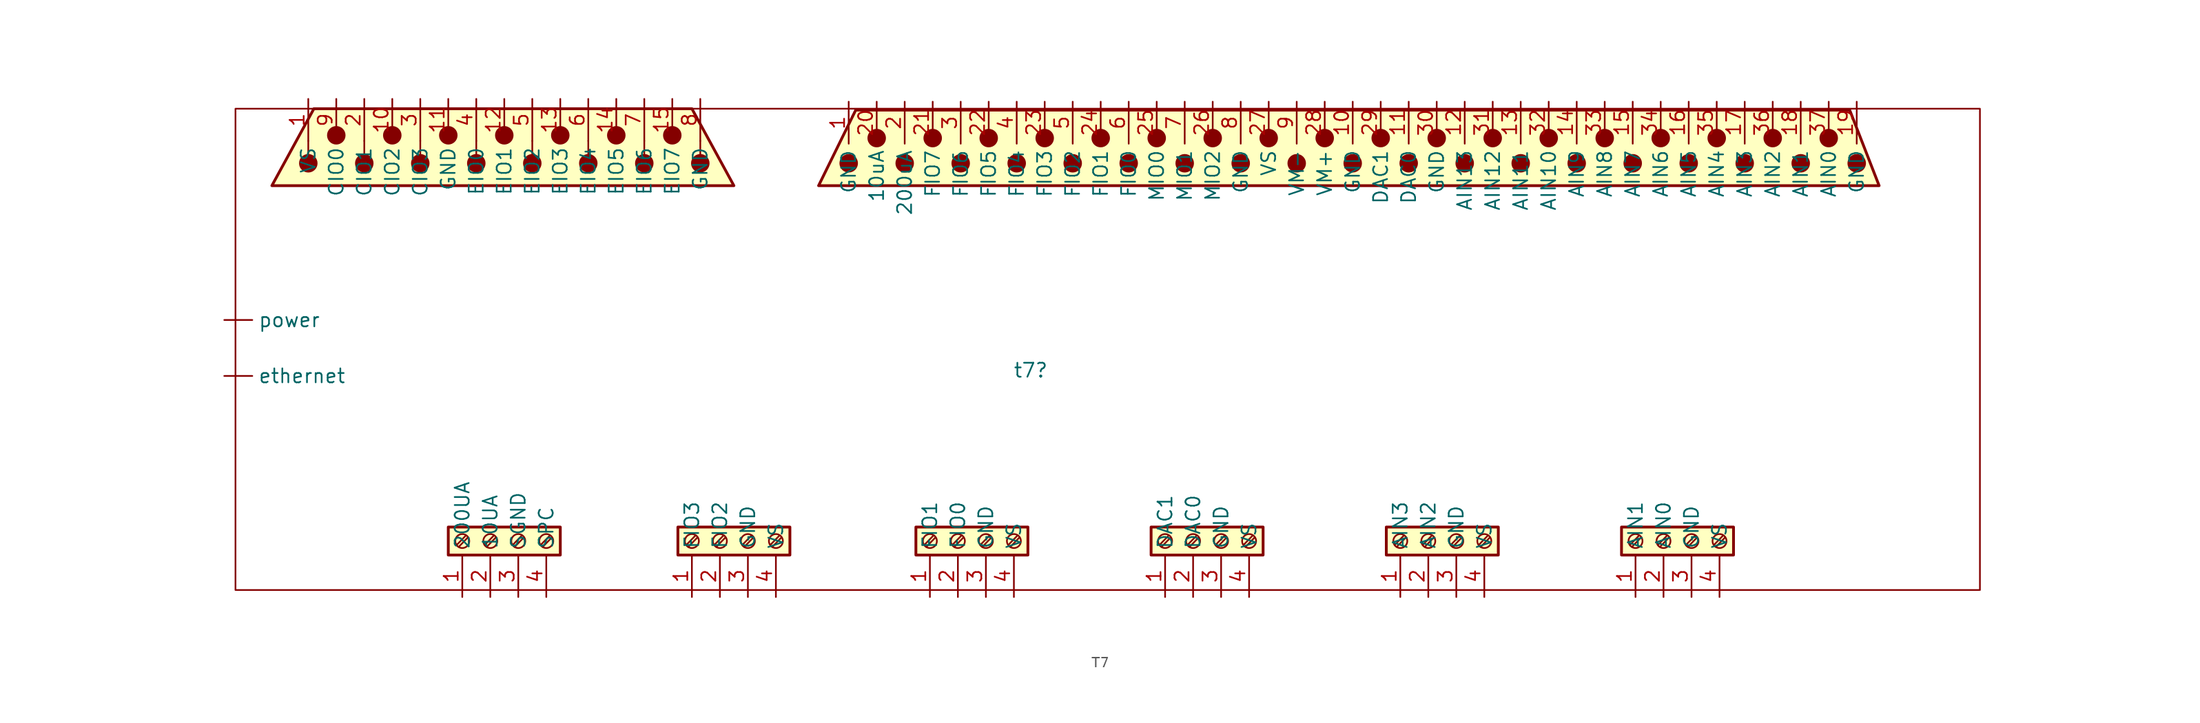
<source format=kicad_sym>
(kicad_symbol_lib
  (version 20241209)
  (generator "kicad_symbol_editor")
  (generator_version "9.0")
  (symbol "T7"
    (property "Reference" "t7"
      (at 55.88 8.128 0)
      (effects (font (size 1.27 1.27))))
    (property "Value" ""
      (at 0 0 0)
      (effects (font (size 1.27 1.27))))
    (symbol "T7_0_1"
      (polyline (pts (xy -9.652 28.956) (xy -9.652 27.686)) (stroke (width 0) (type default)) (fill (type none)))
      (circle (center -9.652 26.924) (radius 0.762) (stroke (width 0) (type default)) (fill (type outline)))
      (circle (center -7.112 29.464) (radius 0.762) (stroke (width 0) (type default)) (fill (type outline)))
      (polyline (pts (xy -4.572 28.956) (xy -4.572 27.686)) (stroke (width 0) (type default)) (fill (type none)))
      (circle (center -4.572 26.924) (radius 0.762) (stroke (width 0) (type default)) (fill (type outline)))
      (circle (center -2.032 29.464) (radius 0.762) (stroke (width 0) (type default)) (fill (type outline)))
      (polyline (pts (xy 0.508 28.956) (xy 0.508 27.686)) (stroke (width 0) (type default)) (fill (type none)))
      (circle (center 0.508 26.924) (radius 0.762) (stroke (width 0) (type default)) (fill (type outline)))
      (circle (center 3.048 29.464) (radius 0.762) (stroke (width 0) (type default)) (fill (type outline)))
      (polyline (pts (xy 5.588 28.956) (xy 5.588 27.686)) (stroke (width 0) (type default)) (fill (type none)))
      (circle (center 5.588 26.924) (radius 0.762) (stroke (width 0) (type default)) (fill (type outline)))
      (circle (center 8.128 29.464) (radius 0.762) (stroke (width 0) (type default)) (fill (type outline)))
      (polyline (pts (xy 10.668 28.956) (xy 10.668 27.686)) (stroke (width 0) (type default)) (fill (type none)))
      (circle (center 10.668 26.924) (radius 0.762) (stroke (width 0) (type default)) (fill (type outline)))
      (circle (center 13.208 29.464) (radius 0.762) (stroke (width 0) (type default)) (fill (type outline)))
      (polyline (pts (xy 15.748 28.956) (xy 15.748 27.686)) (stroke (width 0) (type default)) (fill (type none)))
      (circle (center 15.748 26.924) (radius 0.762) (stroke (width 0) (type default)) (fill (type outline)))
      (circle (center 18.288 29.464) (radius 0.762) (stroke (width 0) (type default)) (fill (type outline)))
      (polyline (pts (xy 20.828 28.956) (xy 20.828 27.686)) (stroke (width 0) (type default)) (fill (type none)))
      (circle (center 20.828 26.924) (radius 0.762) (stroke (width 0) (type default)) (fill (type outline)))
      (circle (center 23.368 29.464) (radius 0.762) (stroke (width 0) (type default)) (fill (type outline)))
      (polyline (pts (xy 25.908 28.956) (xy 25.908 27.686)) (stroke (width 0) (type default)) (fill (type none)))
      (circle (center 25.908 26.924) (radius 0.762) (stroke (width 0) (type default)) (fill (type outline)))
      (circle (center 39.37 26.924) (radius 0.762) (stroke (width 0) (type default)) (fill (type outline)))
      (circle (center 41.91 29.21) (radius 0.762) (stroke (width 0) (type default)) (fill (type outline)))
      (circle (center 44.45 26.924) (radius 0.762) (stroke (width 0) (type default)) (fill (type outline)))
      (circle (center 46.99 29.21) (radius 0.762) (stroke (width 0) (type default)) (fill (type outline)))
      (circle (center 49.53 26.924) (radius 0.762) (stroke (width 0) (type default)) (fill (type outline)))
      (circle (center 52.07 29.21) (radius 0.762) (stroke (width 0) (type default)) (fill (type outline)))
      (circle (center 54.61 26.924) (radius 0.762) (stroke (width 0) (type default)) (fill (type outline)))
      (circle (center 57.15 29.21) (radius 0.762) (stroke (width 0) (type default)) (fill (type outline)))
      (circle (center 59.69 26.924) (radius 0.762) (stroke (width 0) (type default)) (fill (type outline)))
      (circle (center 62.23 29.21) (radius 0.762) (stroke (width 0) (type default)) (fill (type outline)))
      (circle (center 64.77 26.924) (radius 0.762) (stroke (width 0) (type default)) (fill (type outline)))
      (circle (center 67.31 29.21) (radius 0.762) (stroke (width 0) (type default)) (fill (type outline)))
      (circle (center 69.85 26.924) (radius 0.762) (stroke (width 0) (type default)) (fill (type outline)))
      (circle (center 72.39 29.21) (radius 0.762) (stroke (width 0) (type default)) (fill (type outline)))
      (circle (center 74.93 26.924) (radius 0.762) (stroke (width 0) (type default)) (fill (type outline)))
      (circle (center 77.47 29.21) (radius 0.762) (stroke (width 0) (type default)) (fill (type outline)))
      (circle (center 80.01 26.924) (radius 0.762) (stroke (width 0) (type default)) (fill (type outline)))
      (circle (center 82.55 29.21) (radius 0.762) (stroke (width 0) (type default)) (fill (type outline)))
      (circle (center 85.09 26.924) (radius 0.762) (stroke (width 0) (type default)) (fill (type outline)))
      (circle (center 87.63 29.21) (radius 0.762) (stroke (width 0) (type default)) (fill (type outline)))
      (circle (center 90.17 26.924) (radius 0.762) (stroke (width 0) (type default)) (fill (type outline)))
      (circle (center 92.71 29.21) (radius 0.762) (stroke (width 0) (type default)) (fill (type outline)))
      (circle (center 95.25 26.924) (radius 0.762) (stroke (width 0) (type default)) (fill (type outline)))
      (circle (center 97.79 29.21) (radius 0.762) (stroke (width 0) (type default)) (fill (type outline)))
      (circle (center 100.33 26.924) (radius 0.762) (stroke (width 0) (type default)) (fill (type outline)))
      (circle (center 102.87 29.21) (radius 0.762) (stroke (width 0) (type default)) (fill (type outline)))
      (circle (center 105.41 26.924) (radius 0.762) (stroke (width 0) (type default)) (fill (type outline)))
      (circle (center 107.95 29.21) (radius 0.762) (stroke (width 0) (type default)) (fill (type outline)))
      (circle (center 110.49 26.924) (radius 0.762) (stroke (width 0) (type default)) (fill (type outline)))
      (circle (center 113.03 29.21) (radius 0.762) (stroke (width 0) (type default)) (fill (type outline)))
      (circle (center 115.57 26.924) (radius 0.762) (stroke (width 0) (type default)) (fill (type outline)))
      (circle (center 118.11 29.21) (radius 0.762) (stroke (width 0) (type default)) (fill (type outline)))
      (circle (center 120.65 26.924) (radius 0.762) (stroke (width 0) (type default)) (fill (type outline)))
      (circle (center 123.19 29.21) (radius 0.762) (stroke (width 0) (type default)) (fill (type outline)))
      (circle (center 125.73 26.924) (radius 0.762) (stroke (width 0) (type default)) (fill (type outline)))
      (circle (center 128.27 29.21) (radius 0.762) (stroke (width 0) (type default)) (fill (type outline)))
      (circle (center 130.81 26.924) (radius 0.762) (stroke (width 0) (type default)) (fill (type outline)))
      (polyline (pts (xy 132.842 24.892) (xy 130.175 31.75) (xy 40.005 31.75) (xy 36.639 24.892) (xy 132.842 24.892)) (stroke (width 0.254) (type default)) (fill (type background))))
    (symbol "T7_1_1"
      (rectangle (start -16.256 31.877) (end 141.986 -11.811) (stroke (width 0) (type solid)) (fill (type none)))
      (rectangle (start 3.048 -8.636) (end 13.208 -6.096) (stroke (width 0.254) (type default)) (fill (type background)))
      (polyline (pts (xy 3.81 -7.722) (xy 4.648 -6.858)) (stroke (width 0.152) (type default)) (fill (type none)))
      (polyline (pts (xy 3.988 -7.899) (xy 4.826 -7.036)) (stroke (width 0.152) (type default)) (fill (type none)))
      (circle (center 4.318 -7.366) (radius 0.635) (stroke (width 0.152) (type default)) (fill (type none)))
      (polyline (pts (xy 6.35 -7.722) (xy 7.188 -6.858)) (stroke (width 0.152) (type default)) (fill (type none)))
      (polyline (pts (xy 6.528 -7.899) (xy 7.366 -7.036)) (stroke (width 0.152) (type default)) (fill (type none)))
      (circle (center 6.858 -7.366) (radius 0.635) (stroke (width 0.152) (type default)) (fill (type none)))
      (polyline (pts (xy 8.89 -7.722) (xy 9.728 -6.858)) (stroke (width 0.152) (type default)) (fill (type none)))
      (polyline (pts (xy 9.068 -7.899) (xy 9.906 -7.036)) (stroke (width 0.152) (type default)) (fill (type none)))
      (circle (center 9.398 -7.366) (radius 0.635) (stroke (width 0.152) (type default)) (fill (type none)))
      (polyline (pts (xy 11.43 -7.722) (xy 12.268 -6.858)) (stroke (width 0.152) (type default)) (fill (type none)))
      (polyline (pts (xy 11.608 -7.899) (xy 12.446 -7.036)) (stroke (width 0.152) (type default)) (fill (type none)))
      (circle (center 11.938 -7.366) (radius 0.635) (stroke (width 0.152) (type default)) (fill (type none)))
      (rectangle (start 23.876 -8.636) (end 34.036 -6.096) (stroke (width 0.254) (type default)) (fill (type background)))
      (polyline (pts (xy 24.638 -7.722) (xy 25.476 -6.858)) (stroke (width 0.152) (type default)) (fill (type none)))
      (polyline (pts (xy 24.816 -7.899) (xy 25.654 -7.036)) (stroke (width 0.152) (type default)) (fill (type none)))
      (circle (center 25.146 -7.366) (radius 0.635) (stroke (width 0.152) (type default)) (fill (type none)))
      (polyline (pts (xy 27.178 -7.722) (xy 28.016 -6.858)) (stroke (width 0.152) (type default)) (fill (type none)))
      (polyline (pts (xy 27.356 -7.899) (xy 28.194 -7.036)) (stroke (width 0.152) (type default)) (fill (type none)))
      (circle (center 27.686 -7.366) (radius 0.635) (stroke (width 0.152) (type default)) (fill (type none)))
      (polyline (pts (xy 28.956 24.892) (xy 25.146 31.877) (xy -9.144 31.877) (xy -12.954 24.892) (xy 28.956 24.892)) (stroke (width 0.254) (type solid)) (fill (type background)))
      (polyline (pts (xy 29.718 -7.722) (xy 30.556 -6.858)) (stroke (width 0.152) (type default)) (fill (type none)))
      (polyline (pts (xy 29.896 -7.899) (xy 30.734 -7.036)) (stroke (width 0.152) (type default)) (fill (type none)))
      (circle (center 30.226 -7.366) (radius 0.635) (stroke (width 0.152) (type default)) (fill (type none)))
      (polyline (pts (xy 32.258 -7.722) (xy 33.096 -6.858)) (stroke (width 0.152) (type default)) (fill (type none)))
      (polyline (pts (xy 32.436 -7.899) (xy 33.274 -7.036)) (stroke (width 0.152) (type default)) (fill (type none)))
      (circle (center 32.766 -7.366) (radius 0.635) (stroke (width 0.152) (type default)) (fill (type none)))
      (rectangle (start 45.466 -8.636) (end 55.626 -6.096) (stroke (width 0.254) (type default)) (fill (type background)))
      (polyline (pts (xy 46.228 -7.722) (xy 47.066 -6.858)) (stroke (width 0.152) (type default)) (fill (type none)))
      (polyline (pts (xy 46.406 -7.899) (xy 47.244 -7.036)) (stroke (width 0.152) (type default)) (fill (type none)))
      (circle (center 46.736 -7.366) (radius 0.635) (stroke (width 0.152) (type default)) (fill (type none)))
      (polyline (pts (xy 48.768 -7.722) (xy 49.606 -6.858)) (stroke (width 0.152) (type default)) (fill (type none)))
      (polyline (pts (xy 48.946 -7.899) (xy 49.784 -7.036)) (stroke (width 0.152) (type default)) (fill (type none)))
      (circle (center 49.276 -7.366) (radius 0.635) (stroke (width 0.152) (type default)) (fill (type none)))
      (polyline (pts (xy 51.308 -7.722) (xy 52.146 -6.858)) (stroke (width 0.152) (type default)) (fill (type none)))
      (polyline (pts (xy 51.486 -7.899) (xy 52.324 -7.036)) (stroke (width 0.152) (type default)) (fill (type none)))
      (circle (center 51.816 -7.366) (radius 0.635) (stroke (width 0.152) (type default)) (fill (type none)))
      (polyline (pts (xy 53.848 -7.722) (xy 54.686 -6.858)) (stroke (width 0.152) (type default)) (fill (type none)))
      (polyline (pts (xy 54.026 -7.899) (xy 54.864 -7.036)) (stroke (width 0.152) (type default)) (fill (type none)))
      (circle (center 54.356 -7.366) (radius 0.635) (stroke (width 0.152) (type default)) (fill (type none)))
      (rectangle (start 66.802 -8.636) (end 76.962 -6.096) (stroke (width 0.254) (type default)) (fill (type background)))
      (polyline (pts (xy 67.564 -7.722) (xy 68.402 -6.858)) (stroke (width 0.152) (type default)) (fill (type none)))
      (polyline (pts (xy 67.742 -7.899) (xy 68.58 -7.036)) (stroke (width 0.152) (type default)) (fill (type none)))
      (circle (center 68.072 -7.366) (radius 0.635) (stroke (width 0.152) (type default)) (fill (type none)))
      (polyline (pts (xy 70.104 -7.722) (xy 70.942 -6.858)) (stroke (width 0.152) (type default)) (fill (type none)))
      (polyline (pts (xy 70.282 -7.899) (xy 71.12 -7.036)) (stroke (width 0.152) (type default)) (fill (type none)))
      (circle (center 70.612 -7.366) (radius 0.635) (stroke (width 0.152) (type default)) (fill (type none)))
      (polyline (pts (xy 72.644 -7.722) (xy 73.482 -6.858)) (stroke (width 0.152) (type default)) (fill (type none)))
      (polyline (pts (xy 72.822 -7.899) (xy 73.66 -7.036)) (stroke (width 0.152) (type default)) (fill (type none)))
      (circle (center 73.152 -7.366) (radius 0.635) (stroke (width 0.152) (type default)) (fill (type none)))
      (polyline (pts (xy 75.184 -7.722) (xy 76.022 -6.858)) (stroke (width 0.152) (type default)) (fill (type none)))
      (polyline (pts (xy 75.362 -7.899) (xy 76.2 -7.036)) (stroke (width 0.152) (type default)) (fill (type none)))
      (circle (center 75.692 -7.366) (radius 0.635) (stroke (width 0.152) (type default)) (fill (type none)))
      (rectangle (start 88.138 -8.636) (end 98.298 -6.096) (stroke (width 0.254) (type default)) (fill (type background)))
      (polyline (pts (xy 88.9 -7.722) (xy 89.738 -6.858)) (stroke (width 0.152) (type default)) (fill (type none)))
      (polyline (pts (xy 89.078 -7.899) (xy 89.916 -7.036)) (stroke (width 0.152) (type default)) (fill (type none)))
      (circle (center 89.408 -7.366) (radius 0.635) (stroke (width 0.152) (type default)) (fill (type none)))
      (polyline (pts (xy 91.44 -7.722) (xy 92.278 -6.858)) (stroke (width 0.152) (type default)) (fill (type none)))
      (polyline (pts (xy 91.618 -7.899) (xy 92.456 -7.036)) (stroke (width 0.152) (type default)) (fill (type none)))
      (circle (center 91.948 -7.366) (radius 0.635) (stroke (width 0.152) (type default)) (fill (type none)))
      (polyline (pts (xy 93.98 -7.722) (xy 94.818 -6.858)) (stroke (width 0.152) (type default)) (fill (type none)))
      (polyline (pts (xy 94.158 -7.899) (xy 94.996 -7.036)) (stroke (width 0.152) (type default)) (fill (type none)))
      (circle (center 94.488 -7.366) (radius 0.635) (stroke (width 0.152) (type default)) (fill (type none)))
      (polyline (pts (xy 96.52 -7.722) (xy 97.358 -6.858)) (stroke (width 0.152) (type default)) (fill (type none)))
      (polyline (pts (xy 96.698 -7.899) (xy 97.536 -7.036)) (stroke (width 0.152) (type default)) (fill (type none)))
      (circle (center 97.028 -7.366) (radius 0.635) (stroke (width 0.152) (type default)) (fill (type none)))
      (rectangle (start 109.474 -8.636) (end 119.634 -6.096) (stroke (width 0.254) (type default)) (fill (type background)))
      (polyline (pts (xy 110.236 -7.722) (xy 111.074 -6.858)) (stroke (width 0.152) (type default)) (fill (type none)))
      (polyline (pts (xy 110.414 -7.899) (xy 111.252 -7.036)) (stroke (width 0.152) (type default)) (fill (type none)))
      (circle (center 110.744 -7.366) (radius 0.635) (stroke (width 0.152) (type default)) (fill (type none)))
      (polyline (pts (xy 112.776 -7.722) (xy 113.614 -6.858)) (stroke (width 0.152) (type default)) (fill (type none)))
      (polyline (pts (xy 112.954 -7.899) (xy 113.792 -7.036)) (stroke (width 0.152) (type default)) (fill (type none)))
      (circle (center 113.284 -7.366) (radius 0.635) (stroke (width 0.152) (type default)) (fill (type none)))
      (polyline (pts (xy 115.316 -7.722) (xy 116.154 -6.858)) (stroke (width 0.152) (type default)) (fill (type none)))
      (polyline (pts (xy 115.494 -7.899) (xy 116.332 -7.036)) (stroke (width 0.152) (type default)) (fill (type none)))
      (circle (center 115.824 -7.366) (radius 0.635) (stroke (width 0.152) (type default)) (fill (type none)))
      (polyline (pts (xy 117.856 -7.722) (xy 118.694 -6.858)) (stroke (width 0.152) (type default)) (fill (type none)))
      (polyline (pts (xy 118.034 -7.899) (xy 118.872 -7.036)) (stroke (width 0.152) (type default)) (fill (type none)))
      (circle (center 118.364 -7.366) (radius 0.635) (stroke (width 0.152) (type default)) (fill (type none)))
      (pin power_in line (at -17.272 12.7 0) (length 2.54) (name "power" (effects (font (size 1.27 1.27)))) (number "" (effects (font (size 1.27 1.27)))))
      (pin bidirectional line (at -17.272 7.62 0) (length 2.54) (name "ethernet" (effects (font (size 1.27 1.27)))) (number "" (effects (font (size 1.27 1.27)))))
      (pin power_out line (at -9.652 32.766 270) (length 3.81) (name "VS" (effects (font (size 1.27 1.27)))) (number "1" (effects (font (size 1.27 1.27)))))
      (pin bidirectional line (at -7.112 32.766 270) (length 3.81) (name "CIO0" (effects (font (size 1.27 1.27)))) (number "9" (effects (font (size 1.27 1.27)))))
      (pin bidirectional line (at -4.572 32.766 270) (length 3.81) (name "CIO1" (effects (font (size 1.27 1.27)))) (number "2" (effects (font (size 1.27 1.27)))))
      (pin bidirectional line (at -2.032 32.766 270) (length 3.81) (name "CIO2" (effects (font (size 1.27 1.27)))) (number "10" (effects (font (size 1.27 1.27)))))
      (pin bidirectional line (at 0.508 32.766 270) (length 3.81) (name "CIO3" (effects (font (size 1.27 1.27)))) (number "3" (effects (font (size 1.27 1.27)))))
      (pin passive line (at 3.048 32.766 270) (length 3.81) (name "GND" (effects (font (size 1.27 1.27)))) (number "11" (effects (font (size 1.27 1.27)))))
      (pin power_out line (at 4.318 -12.446 90) (length 3.81) (name "200UA" (effects (font (size 1.27 1.27)))) (number "1" (effects (font (size 1.27 1.27)))))
      (pin bidirectional line (at 5.588 32.766 270) (length 3.81) (name "EIO0" (effects (font (size 1.27 1.27)))) (number "4" (effects (font (size 1.27 1.27)))))
      (pin power_out line (at 6.858 -12.446 90) (length 3.81) (name "10UA" (effects (font (size 1.27 1.27)))) (number "2" (effects (font (size 1.27 1.27)))))
      (pin bidirectional line (at 8.128 32.766 270) (length 3.81) (name "EIO1" (effects (font (size 1.27 1.27)))) (number "12" (effects (font (size 1.27 1.27)))))
      (pin passive line (at 9.398 -12.446 90) (length 3.81) (name "SGND" (effects (font (size 1.27 1.27)))) (number "3" (effects (font (size 1.27 1.27)))))
      (pin bidirectional line (at 10.668 32.766 270) (length 3.81) (name "EIO2" (effects (font (size 1.27 1.27)))) (number "5" (effects (font (size 1.27 1.27)))))
      (pin unspecified line (at 11.938 -12.446 90) (length 3.81) (name "SPC" (effects (font (size 1.27 1.27)))) (number "4" (effects (font (size 1.27 1.27)))))
      (pin bidirectional line (at 13.208 32.766 270) (length 3.81) (name "EIO3" (effects (font (size 1.27 1.27)))) (number "13" (effects (font (size 1.27 1.27)))))
      (pin bidirectional line (at 15.748 32.766 270) (length 3.81) (name "EIO4" (effects (font (size 1.27 1.27)))) (number "6" (effects (font (size 1.27 1.27)))))
      (pin bidirectional line (at 18.288 32.766 270) (length 3.81) (name "EIO5" (effects (font (size 1.27 1.27)))) (number "14" (effects (font (size 1.27 1.27)))))
      (pin bidirectional line (at 20.828 32.766 270) (length 3.81) (name "EIO6" (effects (font (size 1.27 1.27)))) (number "7" (effects (font (size 1.27 1.27)))))
      (pin bidirectional line (at 23.368 32.766 270) (length 3.81) (name "EIO7" (effects (font (size 1.27 1.27)))) (number "15" (effects (font (size 1.27 1.27)))))
      (pin bidirectional line (at 25.146 -12.446 90) (length 3.81) (name "FIO3" (effects (font (size 1.27 1.27)))) (number "1" (effects (font (size 1.27 1.27)))))
      (pin passive line (at 25.908 32.766 270) (length 3.81) (name "GND" (effects (font (size 1.27 1.27)))) (number "8" (effects (font (size 1.27 1.27)))))
      (pin bidirectional line (at 27.686 -12.446 90) (length 3.81) (name "FIO2" (effects (font (size 1.27 1.27)))) (number "2" (effects (font (size 1.27 1.27)))))
      (pin passive line (at 30.226 -12.446 90) (length 3.81) (name "GND" (effects (font (size 1.27 1.27)))) (number "3" (effects (font (size 1.27 1.27)))))
      (pin power_out line (at 32.766 -12.446 90) (length 3.81) (name "VS" (effects (font (size 1.27 1.27)))) (number "4" (effects (font (size 1.27 1.27)))))
      (pin passive line (at 39.37 32.512 270) (length 3.81) (name "GND" (effects (font (size 1.27 1.27)))) (number "1" (effects (font (size 1.27 1.27)))))
      (pin power_out line (at 41.91 32.512 270) (length 3.81) (name "10uA" (effects (font (size 1.27 1.27)))) (number "20" (effects (font (size 1.27 1.27)))))
      (pin power_out line (at 44.45 32.512 270) (length 3.81) (name "200uA" (effects (font (size 1.27 1.27)))) (number "2" (effects (font (size 1.27 1.27)))))
      (pin bidirectional line (at 46.736 -12.446 90) (length 3.81) (name "FIO1" (effects (font (size 1.27 1.27)))) (number "1" (effects (font (size 1.27 1.27)))))
      (pin bidirectional line (at 46.99 32.512 270) (length 3.81) (name "FIO7" (effects (font (size 1.27 1.27)))) (number "21" (effects (font (size 1.27 1.27)))))
      (pin bidirectional line (at 49.276 -12.446 90) (length 3.81) (name "FIO0" (effects (font (size 1.27 1.27)))) (number "2" (effects (font (size 1.27 1.27)))))
      (pin bidirectional line (at 49.53 32.512 270) (length 3.81) (name "FIO6" (effects (font (size 1.27 1.27)))) (number "3" (effects (font (size 1.27 1.27)))))
      (pin passive line (at 51.816 -12.446 90) (length 3.81) (name "GND" (effects (font (size 1.27 1.27)))) (number "3" (effects (font (size 1.27 1.27)))))
      (pin bidirectional line (at 52.07 32.512 270) (length 3.81) (name "FIO5" (effects (font (size 1.27 1.27)))) (number "22" (effects (font (size 1.27 1.27)))))
      (pin power_out line (at 54.356 -12.446 90) (length 3.81) (name "VS" (effects (font (size 1.27 1.27)))) (number "4" (effects (font (size 1.27 1.27)))))
      (pin bidirectional line (at 54.61 32.512 270) (length 3.81) (name "FIO4" (effects (font (size 1.27 1.27)))) (number "4" (effects (font (size 1.27 1.27)))))
      (pin bidirectional line (at 57.15 32.512 270) (length 3.81) (name "FIO3" (effects (font (size 1.27 1.27)))) (number "23" (effects (font (size 1.27 1.27)))))
      (pin bidirectional line (at 59.69 32.512 270) (length 3.81) (name "FIO2" (effects (font (size 1.27 1.27)))) (number "5" (effects (font (size 1.27 1.27)))))
      (pin bidirectional line (at 62.23 32.512 270) (length 3.81) (name "FIO1" (effects (font (size 1.27 1.27)))) (number "24" (effects (font (size 1.27 1.27)))))
      (pin bidirectional line (at 64.77 32.512 270) (length 3.81) (name "FIO0" (effects (font (size 1.27 1.27)))) (number "6" (effects (font (size 1.27 1.27)))))
      (pin bidirectional line (at 67.31 32.512 270) (length 3.81) (name "MIO0" (effects (font (size 1.27 1.27)))) (number "25" (effects (font (size 1.27 1.27)))))
      (pin output line (at 68.072 -12.446 90) (length 3.81) (name "DAC1" (effects (font (size 1.27 1.27)))) (number "1" (effects (font (size 1.27 1.27)))))
      (pin bidirectional line (at 69.85 32.512 270) (length 3.81) (name "MIO1" (effects (font (size 1.27 1.27)))) (number "7" (effects (font (size 1.27 1.27)))))
      (pin output line (at 70.612 -12.446 90) (length 3.81) (name "DAC0" (effects (font (size 1.27 1.27)))) (number "2" (effects (font (size 1.27 1.27)))))
      (pin bidirectional line (at 72.39 32.512 270) (length 3.81) (name "MIO2" (effects (font (size 1.27 1.27)))) (number "26" (effects (font (size 1.27 1.27)))))
      (pin passive line (at 73.152 -12.446 90) (length 3.81) (name "GND" (effects (font (size 1.27 1.27)))) (number "3" (effects (font (size 1.27 1.27)))))
      (pin passive line (at 74.93 32.512 270) (length 3.81) (name "GND" (effects (font (size 1.27 1.27)))) (number "8" (effects (font (size 1.27 1.27)))))
      (pin power_out line (at 75.692 -12.446 90) (length 3.81) (name "VS" (effects (font (size 1.27 1.27)))) (number "4" (effects (font (size 1.27 1.27)))))
      (pin power_out line (at 77.47 32.512 270) (length 3.81) (name "VS" (effects (font (size 1.27 1.27)))) (number "27" (effects (font (size 1.27 1.27)))))
      (pin passive line (at 80.01 32.512 270) (length 3.81) (name "VM-" (effects (font (size 1.27 1.27)))) (number "9" (effects (font (size 1.27 1.27)))))
      (pin passive line (at 82.55 32.512 270) (length 3.81) (name "VM+" (effects (font (size 1.27 1.27)))) (number "28" (effects (font (size 1.27 1.27)))))
      (pin passive line (at 85.09 32.512 270) (length 3.81) (name "GND" (effects (font (size 1.27 1.27)))) (number "10" (effects (font (size 1.27 1.27)))))
      (pin output line (at 87.63 32.512 270) (length 3.81) (name "DAC1" (effects (font (size 1.27 1.27)))) (number "29" (effects (font (size 1.27 1.27)))))
      (pin input line (at 89.408 -12.446 90) (length 3.81) (name "AIN3" (effects (font (size 1.27 1.27)))) (number "1" (effects (font (size 1.27 1.27)))))
      (pin output line (at 90.17 32.512 270) (length 3.81) (name "DAC0" (effects (font (size 1.27 1.27)))) (number "11" (effects (font (size 1.27 1.27)))))
      (pin input line (at 91.948 -12.446 90) (length 3.81) (name "AIN2" (effects (font (size 1.27 1.27)))) (number "2" (effects (font (size 1.27 1.27)))))
      (pin passive line (at 92.71 32.512 270) (length 3.81) (name "GND" (effects (font (size 1.27 1.27)))) (number "30" (effects (font (size 1.27 1.27)))))
      (pin passive line (at 94.488 -12.446 90) (length 3.81) (name "GND" (effects (font (size 1.27 1.27)))) (number "3" (effects (font (size 1.27 1.27)))))
      (pin input line (at 95.25 32.512 270) (length 3.81) (name "AIN13" (effects (font (size 1.27 1.27)))) (number "12" (effects (font (size 1.27 1.27)))))
      (pin power_out line (at 97.028 -12.446 90) (length 3.81) (name "VS" (effects (font (size 1.27 1.27)))) (number "4" (effects (font (size 1.27 1.27)))))
      (pin input line (at 97.79 32.512 270) (length 3.81) (name "AIN12" (effects (font (size 1.27 1.27)))) (number "31" (effects (font (size 1.27 1.27)))))
      (pin input line (at 100.33 32.512 270) (length 3.81) (name "AIN11" (effects (font (size 1.27 1.27)))) (number "13" (effects (font (size 1.27 1.27)))))
      (pin input line (at 102.87 32.512 270) (length 3.81) (name "AIN10" (effects (font (size 1.27 1.27)))) (number "32" (effects (font (size 1.27 1.27)))))
      (pin input line (at 105.41 32.512 270) (length 3.81) (name "AIN9" (effects (font (size 1.27 1.27)))) (number "14" (effects (font (size 1.27 1.27)))))
      (pin input line (at 107.95 32.512 270) (length 3.81) (name "AIN8" (effects (font (size 1.27 1.27)))) (number "33" (effects (font (size 1.27 1.27)))))
      (pin input line (at 110.49 32.512 270) (length 3.81) (name "AIN7" (effects (font (size 1.27 1.27)))) (number "15" (effects (font (size 1.27 1.27)))))
      (pin input line (at 110.744 -12.446 90) (length 3.81) (name "AIN1" (effects (font (size 1.27 1.27)))) (number "1" (effects (font (size 1.27 1.27)))))
      (pin input line (at 113.03 32.512 270) (length 3.81) (name "AIN6" (effects (font (size 1.27 1.27)))) (number "34" (effects (font (size 1.27 1.27)))))
      (pin input line (at 113.284 -12.446 90) (length 3.81) (name "AIN0" (effects (font (size 1.27 1.27)))) (number "2" (effects (font (size 1.27 1.27)))))
      (pin input line (at 115.57 32.512 270) (length 3.81) (name "AIN5" (effects (font (size 1.27 1.27)))) (number "16" (effects (font (size 1.27 1.27)))))
      (pin passive line (at 115.824 -12.446 90) (length 3.81) (name "GND" (effects (font (size 1.27 1.27)))) (number "3" (effects (font (size 1.27 1.27)))))
      (pin input line (at 118.11 32.512 270) (length 3.81) (name "AIN4" (effects (font (size 1.27 1.27)))) (number "35" (effects (font (size 1.27 1.27)))))
      (pin power_out line (at 118.364 -12.446 90) (length 3.81) (name "VS" (effects (font (size 1.27 1.27)))) (number "4" (effects (font (size 1.27 1.27)))))
      (pin input line (at 120.65 32.512 270) (length 3.81) (name "AIN3" (effects (font (size 1.27 1.27)))) (number "17" (effects (font (size 1.27 1.27)))))
      (pin input line (at 123.19 32.512 270) (length 3.81) (name "AIN2" (effects (font (size 1.27 1.27)))) (number "36" (effects (font (size 1.27 1.27)))))
      (pin input line (at 125.73 32.512 270) (length 3.81) (name "AIN1" (effects (font (size 1.27 1.27)))) (number "18" (effects (font (size 1.27 1.27)))))
      (pin input line (at 128.27 32.512 270) (length 3.81) (name "AIN0" (effects (font (size 1.27 1.27)))) (number "37" (effects (font (size 1.27 1.27)))))
      (pin passive line (at 130.81 32.512 270) (length 3.81) (name "GND" (effects (font (size 1.27 1.27)))) (number "19" (effects (font (size 1.27 1.27))))))))
</source>
